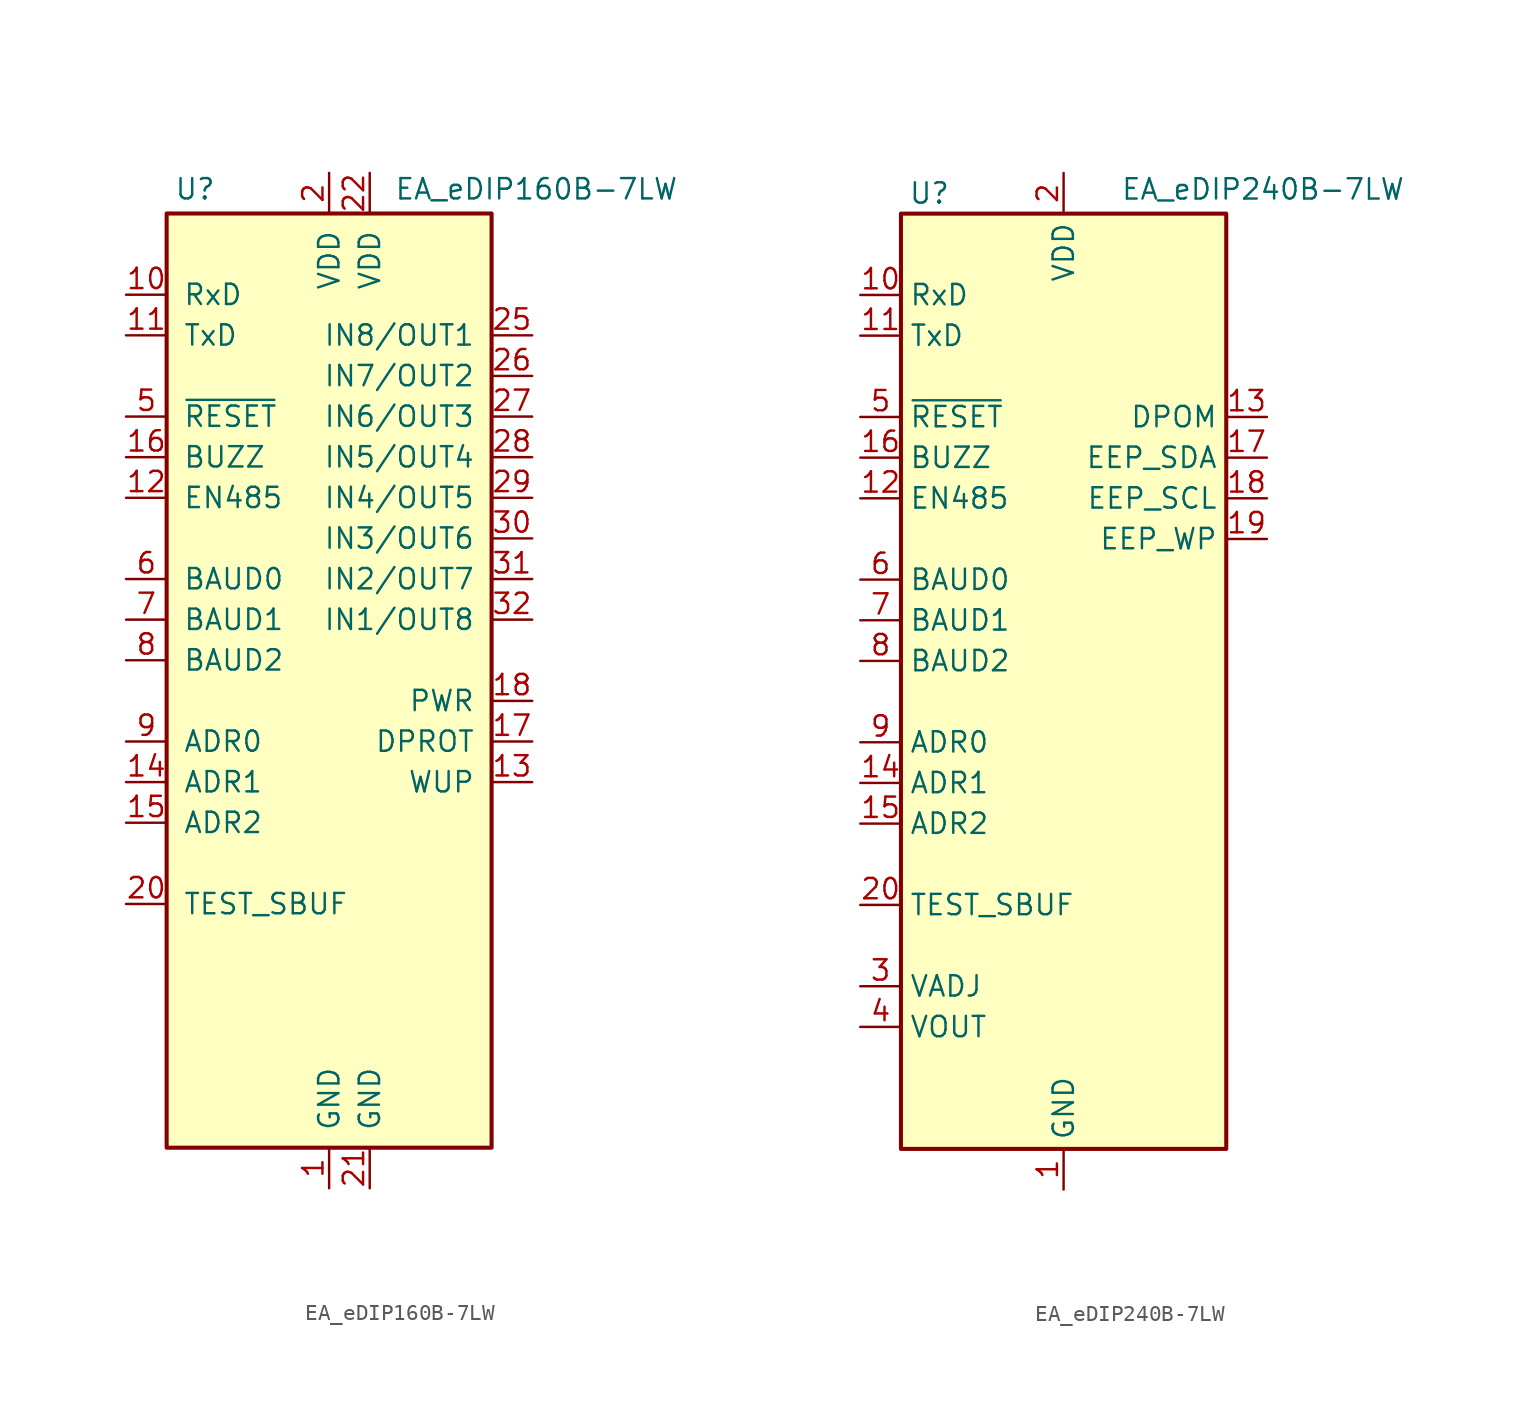
<source format=kicad_sym>
(kicad_symbol_lib
  (version 20211014)
  (generator kicad_symbol_editor)
  (symbol "EA_eDIP160B-7LW"
    (pin_names
      (offset 1.016))
    (property "Reference" "U"
      (at -8.382 29.464 0)
      (effects (font (size 1.27 1.27))))
    (property "Value" "EA_eDIP160B-7LW"
      (at 4.064 29.464 0)
      (effects (font (size 1.27 1.27)) (justify left)))
    (symbol "EA_eDIP160B-7LW_0_1"
      (rectangle (start -10.16 27.94) (end 10.16 -30.48) (stroke (width 0.254) (type default) (color 0 0 0 0)) (fill (type background))))
    (symbol "EA_eDIP160B-7LW_1_1"
      (pin power_in line (at 0 -33.02 90) (length 2.54) (name "GND" (effects (font (size 1.27 1.27)))) (number "1" (effects (font (size 1.27 1.27)))))
      (pin input line (at -12.7 22.86 0) (length 2.54) (name "RxD" (effects (font (size 1.27 1.27)))) (number "10" (effects (font (size 1.27 1.27)))))
      (pin output line (at -12.7 20.32 0) (length 2.54) (name "TxD" (effects (font (size 1.27 1.27)))) (number "11" (effects (font (size 1.27 1.27)))))
      (pin output line (at -12.7 10.16 0) (length 2.54) (name "EN485" (effects (font (size 1.27 1.27)))) (number "12" (effects (font (size 1.27 1.27)))))
      (pin input line (at 12.7 -7.62 180) (length 2.54) (name "WUP" (effects (font (size 1.27 1.27)))) (number "13" (effects (font (size 1.27 1.27)))))
      (pin input line (at -12.7 -7.62 0) (length 2.54) (name "ADR1" (effects (font (size 1.27 1.27)))) (number "14" (effects (font (size 1.27 1.27)))))
      (pin input line (at -12.7 -10.16 0) (length 2.54) (name "ADR2" (effects (font (size 1.27 1.27)))) (number "15" (effects (font (size 1.27 1.27)))))
      (pin output line (at -12.7 12.7 0) (length 2.54) (name "BUZZ" (effects (font (size 1.27 1.27)))) (number "16" (effects (font (size 1.27 1.27)))))
      (pin input line (at 12.7 -5.08 180) (length 2.54) (name "DPROT" (effects (font (size 1.27 1.27)))) (number "17" (effects (font (size 1.27 1.27)))))
      (pin output line (at 12.7 -2.54 180) (length 2.54) (name "PWR" (effects (font (size 1.27 1.27)))) (number "18" (effects (font (size 1.27 1.27)))))
      (pin no_connect line (at -10.16 -22.86 0) (length 2.54) hide (name "NC" (effects (font (size 1.27 1.27)))) (number "19" (effects (font (size 1.27 1.27)))))
      (pin power_in line (at 0 30.48 270) (length 2.54) (name "VDD" (effects (font (size 1.27 1.27)))) (number "2" (effects (font (size 1.27 1.27)))))
      (pin open_collector line (at -12.7 -15.24 0) (length 2.54) (name "TEST_SBUF" (effects (font (size 1.27 1.27)))) (number "20" (effects (font (size 1.27 1.27)))))
      (pin power_in line (at 2.54 -33.02 90) (length 2.54) (name "GND" (effects (font (size 1.27 1.27)))) (number "21" (effects (font (size 1.27 1.27)))))
      (pin power_in line (at 2.54 30.48 270) (length 2.54) (name "VDD" (effects (font (size 1.27 1.27)))) (number "22" (effects (font (size 1.27 1.27)))))
      (pin no_connect line (at -10.16 -25.4 0) (length 2.54) hide (name "NC" (effects (font (size 1.27 1.27)))) (number "23" (effects (font (size 1.27 1.27)))))
      (pin no_connect line (at -10.16 -27.94 0) (length 2.54) hide (name "NC" (effects (font (size 1.27 1.27)))) (number "24" (effects (font (size 1.27 1.27)))))
      (pin bidirectional line (at 12.7 20.32 180) (length 2.54) (name "IN8/OUT1" (effects (font (size 1.27 1.27)))) (number "25" (effects (font (size 1.27 1.27)))))
      (pin bidirectional line (at 12.7 17.78 180) (length 2.54) (name "IN7/OUT2" (effects (font (size 1.27 1.27)))) (number "26" (effects (font (size 1.27 1.27)))))
      (pin bidirectional line (at 12.7 15.24 180) (length 2.54) (name "IN6/OUT3" (effects (font (size 1.27 1.27)))) (number "27" (effects (font (size 1.27 1.27)))))
      (pin bidirectional line (at 12.7 12.7 180) (length 2.54) (name "IN5/OUT4" (effects (font (size 1.27 1.27)))) (number "28" (effects (font (size 1.27 1.27)))))
      (pin bidirectional line (at 12.7 10.16 180) (length 2.54) (name "IN4/OUT5" (effects (font (size 1.27 1.27)))) (number "29" (effects (font (size 1.27 1.27)))))
      (pin no_connect line (at -10.16 -17.78 0) (length 2.54) hide (name "NC" (effects (font (size 1.27 1.27)))) (number "3" (effects (font (size 1.27 1.27)))))
      (pin bidirectional line (at 12.7 7.62 180) (length 2.54) (name "IN3/OUT6" (effects (font (size 1.27 1.27)))) (number "30" (effects (font (size 1.27 1.27)))))
      (pin bidirectional line (at 12.7 5.08 180) (length 2.54) (name "IN2/OUT7" (effects (font (size 1.27 1.27)))) (number "31" (effects (font (size 1.27 1.27)))))
      (pin bidirectional line (at 12.7 2.54 180) (length 2.54) (name "IN1/OUT8" (effects (font (size 1.27 1.27)))) (number "32" (effects (font (size 1.27 1.27)))))
      (pin no_connect line (at 10.16 -10.16 180) (length 2.54) hide (name "NC" (effects (font (size 1.27 1.27)))) (number "33" (effects (font (size 1.27 1.27)))))
      (pin no_connect line (at 10.16 -12.7 180) (length 2.54) hide (name "NC" (effects (font (size 1.27 1.27)))) (number "34" (effects (font (size 1.27 1.27)))))
      (pin no_connect line (at 10.16 -15.24 180) (length 2.54) hide (name "NC" (effects (font (size 1.27 1.27)))) (number "35" (effects (font (size 1.27 1.27)))))
      (pin no_connect line (at 10.16 -17.78 180) (length 2.54) hide (name "NC" (effects (font (size 1.27 1.27)))) (number "36" (effects (font (size 1.27 1.27)))))
      (pin no_connect line (at 10.16 -20.32 180) (length 2.54) hide (name "NC" (effects (font (size 1.27 1.27)))) (number "37" (effects (font (size 1.27 1.27)))))
      (pin no_connect line (at 10.16 -22.86 180) (length 2.54) hide (name "NC" (effects (font (size 1.27 1.27)))) (number "38" (effects (font (size 1.27 1.27)))))
      (pin no_connect line (at 10.16 -25.4 180) (length 2.54) hide (name "NC" (effects (font (size 1.27 1.27)))) (number "39" (effects (font (size 1.27 1.27)))))
      (pin no_connect line (at -10.16 -20.32 0) (length 2.54) hide (name "NC" (effects (font (size 1.27 1.27)))) (number "4" (effects (font (size 1.27 1.27)))))
      (pin no_connect line (at 10.16 -27.94 180) (length 2.54) hide (name "NC" (effects (font (size 1.27 1.27)))) (number "40" (effects (font (size 1.27 1.27)))))
      (pin input line (at -12.7 15.24 0) (length 2.54) (name "~{RESET}" (effects (font (size 1.27 1.27)))) (number "5" (effects (font (size 1.27 1.27)))))
      (pin input line (at -12.7 5.08 0) (length 2.54) (name "BAUD0" (effects (font (size 1.27 1.27)))) (number "6" (effects (font (size 1.27 1.27)))))
      (pin input line (at -12.7 2.54 0) (length 2.54) (name "BAUD1" (effects (font (size 1.27 1.27)))) (number "7" (effects (font (size 1.27 1.27)))))
      (pin input line (at -12.7 0 0) (length 2.54) (name "BAUD2" (effects (font (size 1.27 1.27)))) (number "8" (effects (font (size 1.27 1.27)))))
      (pin input line (at -12.7 -5.08 0) (length 2.54) (name "ADR0" (effects (font (size 1.27 1.27)))) (number "9" (effects (font (size 1.27 1.27)))))))
  (symbol "EA_eDIP240B-7LW"
    (property "Reference" "U"
      (at -8.382 29.21 0)
      (effects (font (size 1.27 1.27))))
    (property "Value" "EA_eDIP240B-7LW"
      (at 3.556 29.464 0)
      (effects (font (size 1.27 1.27)) (justify left)))
    (symbol "EA_eDIP240B-7LW_0_1"
      (rectangle (start -10.16 27.94) (end 10.16 -30.48) (stroke (width 0.254) (type default) (color 0 0 0 0)) (fill (type background))))
    (symbol "EA_eDIP240B-7LW_1_1"
      (pin power_in line (at 0 -33.02 90) (length 2.54) (name "GND" (effects (font (size 1.27 1.27)))) (number "1" (effects (font (size 1.27 1.27)))))
      (pin input line (at -12.7 22.86 0) (length 2.54) (name "RxD" (effects (font (size 1.27 1.27)))) (number "10" (effects (font (size 1.27 1.27)))))
      (pin output line (at -12.7 20.32 0) (length 2.54) (name "TxD" (effects (font (size 1.27 1.27)))) (number "11" (effects (font (size 1.27 1.27)))))
      (pin output line (at -12.7 10.16 0) (length 2.54) (name "EN485" (effects (font (size 1.27 1.27)))) (number "12" (effects (font (size 1.27 1.27)))))
      (pin input line (at 12.7 15.24 180) (length 2.54) (name "DPOM" (effects (font (size 1.27 1.27)))) (number "13" (effects (font (size 1.27 1.27)))))
      (pin input line (at -12.7 -7.62 0) (length 2.54) (name "ADR1" (effects (font (size 1.27 1.27)))) (number "14" (effects (font (size 1.27 1.27)))))
      (pin input line (at -12.7 -10.16 0) (length 2.54) (name "ADR2" (effects (font (size 1.27 1.27)))) (number "15" (effects (font (size 1.27 1.27)))))
      (pin output line (at -12.7 12.7 0) (length 2.54) (name "BUZZ" (effects (font (size 1.27 1.27)))) (number "16" (effects (font (size 1.27 1.27)))))
      (pin bidirectional line (at 12.7 12.7 180) (length 2.54) (name "EEP_SDA" (effects (font (size 1.27 1.27)))) (number "17" (effects (font (size 1.27 1.27)))))
      (pin output line (at 12.7 10.16 180) (length 2.54) (name "EEP_SCL" (effects (font (size 1.27 1.27)))) (number "18" (effects (font (size 1.27 1.27)))))
      (pin input line (at 12.7 7.62 180) (length 2.54) (name "EEP_WP" (effects (font (size 1.27 1.27)))) (number "19" (effects (font (size 1.27 1.27)))))
      (pin power_in line (at 0 30.48 270) (length 2.54) (name "VDD" (effects (font (size 1.27 1.27)))) (number "2" (effects (font (size 1.27 1.27)))))
      (pin open_collector line (at -12.7 -15.24 0) (length 2.54) (name "TEST_SBUF" (effects (font (size 1.27 1.27)))) (number "20" (effects (font (size 1.27 1.27)))))
      (pin no_connect line (at -10.16 -25.4 0) (length 2.54) hide (name "NC" (effects (font (size 1.27 1.27)))) (number "21" (effects (font (size 1.27 1.27)))))
      (pin no_connect line (at -10.16 -27.94 0) (length 2.54) hide (name "NC" (effects (font (size 1.27 1.27)))) (number "22" (effects (font (size 1.27 1.27)))))
      (pin no_connect line (at 10.16 25.4 180) (length 2.54) hide (name "NC" (effects (font (size 1.27 1.27)))) (number "23" (effects (font (size 1.27 1.27)))))
      (pin no_connect line (at 10.16 22.86 180) (length 2.54) hide (name "NC" (effects (font (size 1.27 1.27)))) (number "24" (effects (font (size 1.27 1.27)))))
      (pin no_connect line (at 10.16 20.32 180) (length 2.54) hide (name "NC" (effects (font (size 1.27 1.27)))) (number "25" (effects (font (size 1.27 1.27)))))
      (pin no_connect line (at 10.16 17.78 180) (length 2.54) hide (name "NC" (effects (font (size 1.27 1.27)))) (number "26" (effects (font (size 1.27 1.27)))))
      (pin no_connect line (at 10.16 5.08 180) (length 2.54) hide (name "NC" (effects (font (size 1.27 1.27)))) (number "27" (effects (font (size 1.27 1.27)))))
      (pin no_connect line (at 10.16 2.54 180) (length 2.54) hide (name "NC" (effects (font (size 1.27 1.27)))) (number "28" (effects (font (size 1.27 1.27)))))
      (pin no_connect line (at 10.16 0 180) (length 2.54) hide (name "NC" (effects (font (size 1.27 1.27)))) (number "29" (effects (font (size 1.27 1.27)))))
      (pin input line (at -12.7 -20.32 0) (length 2.54) (name "VADJ" (effects (font (size 1.27 1.27)))) (number "3" (effects (font (size 1.27 1.27)))))
      (pin no_connect line (at 10.16 -2.54 180) (length 2.54) hide (name "NC" (effects (font (size 1.27 1.27)))) (number "30" (effects (font (size 1.27 1.27)))))
      (pin no_connect line (at 10.16 -5.08 180) (length 2.54) hide (name "NC" (effects (font (size 1.27 1.27)))) (number "31" (effects (font (size 1.27 1.27)))))
      (pin no_connect line (at 10.16 -7.62 180) (length 2.54) hide (name "NC" (effects (font (size 1.27 1.27)))) (number "32" (effects (font (size 1.27 1.27)))))
      (pin no_connect line (at 10.16 -10.16 180) (length 2.54) hide (name "NC" (effects (font (size 1.27 1.27)))) (number "33" (effects (font (size 1.27 1.27)))))
      (pin no_connect line (at 10.16 -12.7 180) (length 2.54) hide (name "NC" (effects (font (size 1.27 1.27)))) (number "34" (effects (font (size 1.27 1.27)))))
      (pin no_connect line (at 10.16 -15.24 180) (length 2.54) hide (name "NC" (effects (font (size 1.27 1.27)))) (number "35" (effects (font (size 1.27 1.27)))))
      (pin no_connect line (at 10.16 -17.78 180) (length 2.54) hide (name "NC" (effects (font (size 1.27 1.27)))) (number "36" (effects (font (size 1.27 1.27)))))
      (pin no_connect line (at 10.16 -20.32 180) (length 2.54) hide (name "NC" (effects (font (size 1.27 1.27)))) (number "37" (effects (font (size 1.27 1.27)))))
      (pin no_connect line (at 10.16 -22.86 180) (length 2.54) hide (name "NC" (effects (font (size 1.27 1.27)))) (number "38" (effects (font (size 1.27 1.27)))))
      (pin no_connect line (at 10.16 -25.4 180) (length 2.54) hide (name "NC" (effects (font (size 1.27 1.27)))) (number "39" (effects (font (size 1.27 1.27)))))
      (pin output line (at -12.7 -22.86 0) (length 2.54) (name "VOUT" (effects (font (size 1.27 1.27)))) (number "4" (effects (font (size 1.27 1.27)))))
      (pin no_connect line (at 10.16 -27.94 180) (length 2.54) hide (name "NC" (effects (font (size 1.27 1.27)))) (number "40" (effects (font (size 1.27 1.27)))))
      (pin input line (at -12.7 15.24 0) (length 2.54) (name "~{RESET}" (effects (font (size 1.27 1.27)))) (number "5" (effects (font (size 1.27 1.27)))))
      (pin input line (at -12.7 5.08 0) (length 2.54) (name "BAUD0" (effects (font (size 1.27 1.27)))) (number "6" (effects (font (size 1.27 1.27)))))
      (pin input line (at -12.7 2.54 0) (length 2.54) (name "BAUD1" (effects (font (size 1.27 1.27)))) (number "7" (effects (font (size 1.27 1.27)))))
      (pin input line (at -12.7 0 0) (length 2.54) (name "BAUD2" (effects (font (size 1.27 1.27)))) (number "8" (effects (font (size 1.27 1.27)))))
      (pin input line (at -12.7 -5.08 0) (length 2.54) (name "ADR0" (effects (font (size 1.27 1.27)))) (number "9" (effects (font (size 1.27 1.27))))))))
</source>
